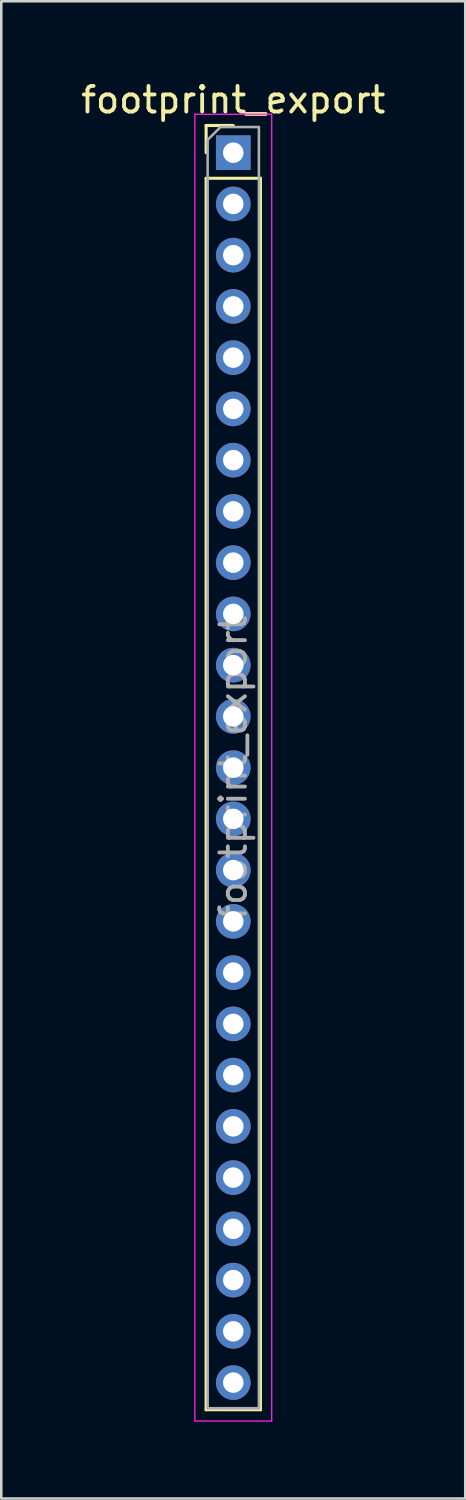
<source format=kicad_pcb>
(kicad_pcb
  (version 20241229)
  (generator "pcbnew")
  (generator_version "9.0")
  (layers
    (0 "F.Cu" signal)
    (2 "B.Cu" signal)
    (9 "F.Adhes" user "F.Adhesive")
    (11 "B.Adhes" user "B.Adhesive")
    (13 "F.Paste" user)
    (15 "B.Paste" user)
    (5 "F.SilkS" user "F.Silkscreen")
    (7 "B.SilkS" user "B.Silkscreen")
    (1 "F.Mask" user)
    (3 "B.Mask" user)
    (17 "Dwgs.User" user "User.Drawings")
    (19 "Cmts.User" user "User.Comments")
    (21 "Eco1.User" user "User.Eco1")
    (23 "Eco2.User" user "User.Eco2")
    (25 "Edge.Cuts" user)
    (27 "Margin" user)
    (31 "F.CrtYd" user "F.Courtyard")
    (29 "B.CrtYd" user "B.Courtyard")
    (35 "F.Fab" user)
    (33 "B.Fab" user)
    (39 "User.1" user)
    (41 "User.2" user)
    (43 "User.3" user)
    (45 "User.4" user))
  (footprint "footprint_export"
    (layer "F.Cu")
    (at 6.054 2.908)
    (property "Reference" "footprint_export" (at 0 -2.06 0) (layer "F.SilkS") (effects (font (size 1 1) (thickness 0.15))))
    (attr through_hole)
    (fp_line (start -1.06 -1.06) (end 0 -1.06) (stroke (width 0.12) (type solid)) (layer "F.SilkS"))
    (fp_line (start -1.06 0) (end -1.06 -1.06) (stroke (width 0.12) (type solid)) (layer "F.SilkS"))
    (fp_line (start -1.06 1) (end -1.06 49.06) (stroke (width 0.12) (type solid)) (layer "F.SilkS"))
    (fp_line (start -1.06 1) (end 1.06 1) (stroke (width 0.12) (type solid)) (layer "F.SilkS"))
    (fp_line (start -1.06 49.06) (end 1.06 49.06) (stroke (width 0.12) (type solid)) (layer "F.SilkS"))
    (fp_line (start 1.06 1) (end 1.06 49.06) (stroke (width 0.12) (type solid)) (layer "F.SilkS"))
    (fp_line (start -1.5 -1.5) (end -1.5 49.5) (stroke (width 0.05) (type solid)) (layer "F.CrtYd"))
    (fp_line (start -1.5 49.5) (end 1.5 49.5) (stroke (width 0.05) (type solid)) (layer "F.CrtYd"))
    (fp_line (start 1.5 -1.5) (end -1.5 -1.5) (stroke (width 0.05) (type solid)) (layer "F.CrtYd"))
    (fp_line (start 1.5 49.5) (end 1.5 -1.5) (stroke (width 0.05) (type solid)) (layer "F.CrtYd"))
    (fp_line (start -1 -0.5) (end -0.5 -1) (stroke (width 0.1) (type solid)) (layer "F.Fab"))
    (fp_line (start -1 49) (end -1 -0.5) (stroke (width 0.1) (type solid)) (layer "F.Fab"))
    (fp_line (start -0.5 -1) (end 1 -1) (stroke (width 0.1) (type solid)) (layer "F.Fab"))
    (fp_line (start 1 -1) (end 1 49) (stroke (width 0.1) (type solid)) (layer "F.Fab"))
    (fp_line (start 1 49) (end -1 49) (stroke (width 0.1) (type solid)) (layer "F.Fab"))
    (fp_text user "${REFERENCE}" (at 0 24 90) (layer "F.Fab") (effects (font (size 1 1) (thickness 0.15))))
    (pad "1" thru_hole rect (at 0 0) (size 1.35 1.35) (drill 0.8) (layers "*.Cu" "*.Mask"))
    (pad "2" thru_hole oval (at 0 2) (size 1.35 1.35) (drill 0.8) (layers "*.Cu" "*.Mask"))
    (pad "3" thru_hole oval (at 0 4) (size 1.35 1.35) (drill 0.8) (layers "*.Cu" "*.Mask"))
    (pad "4" thru_hole oval (at 0 6) (size 1.35 1.35) (drill 0.8) (layers "*.Cu" "*.Mask"))
    (pad "5" thru_hole oval (at 0 8) (size 1.35 1.35) (drill 0.8) (layers "*.Cu" "*.Mask"))
    (pad "6" thru_hole oval (at 0 10) (size 1.35 1.35) (drill 0.8) (layers "*.Cu" "*.Mask"))
    (pad "7" thru_hole oval (at 0 12) (size 1.35 1.35) (drill 0.8) (layers "*.Cu" "*.Mask"))
    (pad "8" thru_hole oval (at 0 14) (size 1.35 1.35) (drill 0.8) (layers "*.Cu" "*.Mask"))
    (pad "9" thru_hole oval (at 0 16) (size 1.35 1.35) (drill 0.8) (layers "*.Cu" "*.Mask"))
    (pad "10" thru_hole oval (at 0 18) (size 1.35 1.35) (drill 0.8) (layers "*.Cu" "*.Mask"))
    (pad "11" thru_hole oval (at 0 20) (size 1.35 1.35) (drill 0.8) (layers "*.Cu" "*.Mask"))
    (pad "12" thru_hole oval (at 0 22) (size 1.35 1.35) (drill 0.8) (layers "*.Cu" "*.Mask"))
    (pad "13" thru_hole oval (at 0 24) (size 1.35 1.35) (drill 0.8) (layers "*.Cu" "*.Mask"))
    (pad "14" thru_hole oval (at 0 26) (size 1.35 1.35) (drill 0.8) (layers "*.Cu" "*.Mask"))
    (pad "15" thru_hole oval (at 0 28) (size 1.35 1.35) (drill 0.8) (layers "*.Cu" "*.Mask"))
    (pad "16" thru_hole oval (at 0 30) (size 1.35 1.35) (drill 0.8) (layers "*.Cu" "*.Mask"))
    (pad "17" thru_hole oval (at 0 32) (size 1.35 1.35) (drill 0.8) (layers "*.Cu" "*.Mask"))
    (pad "18" thru_hole oval (at 0 34) (size 1.35 1.35) (drill 0.8) (layers "*.Cu" "*.Mask"))
    (pad "19" thru_hole oval (at 0 36) (size 1.35 1.35) (drill 0.8) (layers "*.Cu" "*.Mask"))
    (pad "20" thru_hole oval (at 0 38) (size 1.35 1.35) (drill 0.8) (layers "*.Cu" "*.Mask"))
    (pad "21" thru_hole oval (at 0 40) (size 1.35 1.35) (drill 0.8) (layers "*.Cu" "*.Mask"))
    (pad "22" thru_hole oval (at 0 42) (size 1.35 1.35) (drill 0.8) (layers "*.Cu" "*.Mask"))
    (pad "23" thru_hole oval (at 0 44) (size 1.35 1.35) (drill 0.8) (layers "*.Cu" "*.Mask"))
    (pad "24" thru_hole oval (at 0 46) (size 1.35 1.35) (drill 0.8) (layers "*.Cu" "*.Mask"))
    (pad "25" thru_hole oval (at 0 48) (size 1.35 1.35) (drill 0.8) (layers "*.Cu" "*.Mask")))
  (gr_rect
    (start -3 -3)
    (end 15.107 55.433)
    (stroke (width 0.1) (type default))
    (fill no)
    (layer "Edge.Cuts")))
</source>
